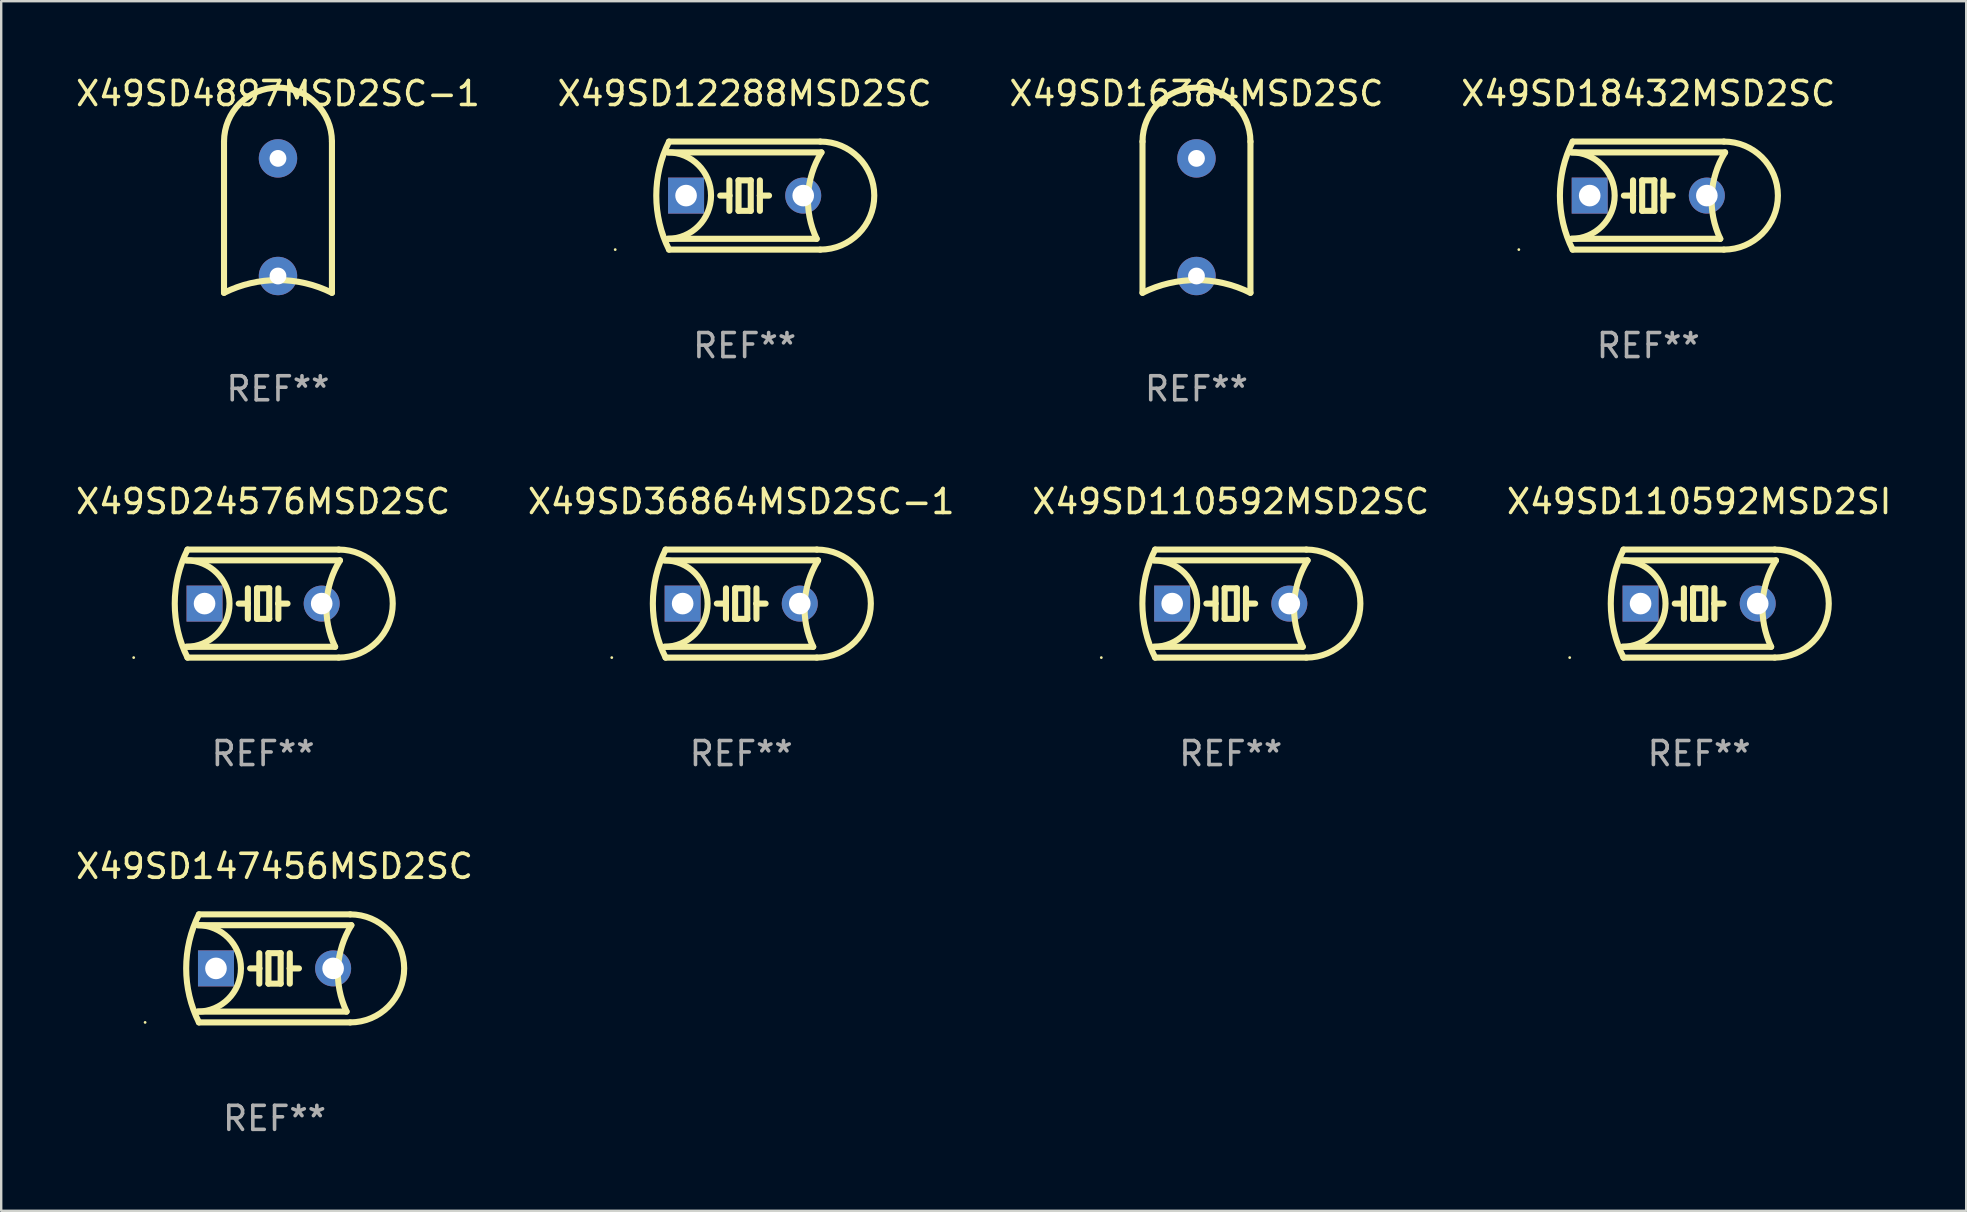
<source format=kicad_pcb>
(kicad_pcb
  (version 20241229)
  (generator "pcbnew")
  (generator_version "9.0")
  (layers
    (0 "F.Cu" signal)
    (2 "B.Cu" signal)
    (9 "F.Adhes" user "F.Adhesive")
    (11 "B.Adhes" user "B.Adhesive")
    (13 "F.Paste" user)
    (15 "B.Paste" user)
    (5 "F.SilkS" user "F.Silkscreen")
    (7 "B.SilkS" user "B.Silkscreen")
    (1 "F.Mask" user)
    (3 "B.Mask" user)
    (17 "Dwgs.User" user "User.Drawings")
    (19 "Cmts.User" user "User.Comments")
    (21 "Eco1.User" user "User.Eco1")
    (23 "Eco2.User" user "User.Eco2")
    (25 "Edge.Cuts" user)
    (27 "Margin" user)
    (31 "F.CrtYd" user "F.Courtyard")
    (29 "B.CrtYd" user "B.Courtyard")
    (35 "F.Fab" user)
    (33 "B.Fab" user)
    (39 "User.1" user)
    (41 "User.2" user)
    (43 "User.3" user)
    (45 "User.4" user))
  (footprint "X49SD36864MSD2SC-1"
    (layer "F.Cu")
    (at 27.827 22.094)
    (property "Reference" "X49SD36864MSD2SC-1" (at 0 -4.25 0) (layer "F.SilkS") (effects (font (size 1 1) (thickness 0.15))))
    (attr through_hole)
    (fp_line (start -3.2 -1.8) (end 3.2 -1.8) (stroke (width 0.254) (type solid)) (layer "F.SilkS"))
    (fp_line (start -3.15 2.25) (end 3.15 2.25) (stroke (width 0.254) (type solid)) (layer "F.SilkS"))
    (fp_line (start -0.635 -0.635) (end -0.635 0) (stroke (width 0.254) (type solid)) (layer "F.SilkS"))
    (fp_line (start -0.635 0) (end -1.016 0) (stroke (width 0.254) (type solid)) (layer "F.SilkS"))
    (fp_line (start -0.635 0) (end -0.635 0.635) (stroke (width 0.254) (type solid)) (layer "F.SilkS"))
    (fp_line (start -0.254 -0.635) (end -0.254 0.635) (stroke (width 0.254) (type solid)) (layer "F.SilkS"))
    (fp_line (start -0.254 0.635) (end 0.254 0.635) (stroke (width 0.254) (type solid)) (layer "F.SilkS"))
    (fp_line (start 0.254 -0.635) (end -0.254 -0.635) (stroke (width 0.254) (type solid)) (layer "F.SilkS"))
    (fp_line (start 0.254 0.635) (end 0.254 -0.635) (stroke (width 0.254) (type solid)) (layer "F.SilkS"))
    (fp_line (start 0.635 -0.635) (end 0.635 0) (stroke (width 0.254) (type solid)) (layer "F.SilkS"))
    (fp_line (start 0.635 0) (end 0.635 0.635) (stroke (width 0.254) (type solid)) (layer "F.SilkS"))
    (fp_line (start 0.635 0) (end 1.016 0) (stroke (width 0.254) (type solid)) (layer "F.SilkS"))
    (fp_line (start 3 1.8) (end -3.2 1.8) (stroke (width 0.254) (type solid)) (layer "F.SilkS"))
    (fp_line (start 3.15 -2.25) (end -3.15 -2.25) (stroke (width 0.254) (type solid)) (layer "F.SilkS"))
    (fp_arc (start -3.200406 -1.800864) (mid -1.399974 -0.000635) (end -3.2 1.8) (stroke (width 0.254001) (type solid)) (layer "F.SilkS"))
    (fp_arc (start -3.149606 2.250444) (mid -3.680941 0.000261) (end -3.149987 -2.250013) (stroke (width 0.254001) (type solid)) (layer "F.SilkS"))
    (fp_arc (start 2.999746 1.800863) (mid 2.642982 -0.024977) (end 3.2 -1.8) (stroke (width 0.254001) (type solid)) (layer "F.SilkS"))
    (fp_arc (start 3.149607 -2.250445) (mid 5.399848 -0.000406) (end 3.149987 2.250013) (stroke (width 0.254001) (type solid)) (layer "F.SilkS"))
    (fp_circle (center -5.392 2.25) (end -5.362 2.25) (stroke (width 0.06) (type solid)) (fill no) (layer "F.SilkS"))
    (fp_text user "REF**" (at 0 6.25 0) (layer "F.Fab") (effects (font (size 1 1) (thickness 0.15))))
    (pad "1" thru_hole rect (at -2.44 0) (size 1.5 1.5) (drill 0.9) (layers "*.Cu" "*.Mask"))
    (pad "2" thru_hole circle (at 2.44 0) (size 1.5 1.5) (drill 0.9) (layers "*.Cu" "*.Mask")))
  (footprint "X49SD147456MSD2SC"
    (layer "F.Cu")
    (at 8.387 37.291)
    (property "Reference" "X49SD147456MSD2SC" (at 0 -4.25 0) (layer "F.SilkS") (effects (font (size 1 1) (thickness 0.15))))
    (attr through_hole)
    (fp_line (start -3.2 -1.8) (end 3.2 -1.8) (stroke (width 0.254) (type solid)) (layer "F.SilkS"))
    (fp_line (start -3.15 2.25) (end 3.15 2.25) (stroke (width 0.254) (type solid)) (layer "F.SilkS"))
    (fp_line (start -0.635 -0.635) (end -0.635 0) (stroke (width 0.254) (type solid)) (layer "F.SilkS"))
    (fp_line (start -0.635 0) (end -1.016 0) (stroke (width 0.254) (type solid)) (layer "F.SilkS"))
    (fp_line (start -0.635 0) (end -0.635 0.635) (stroke (width 0.254) (type solid)) (layer "F.SilkS"))
    (fp_line (start -0.254 -0.635) (end -0.254 0.635) (stroke (width 0.254) (type solid)) (layer "F.SilkS"))
    (fp_line (start -0.254 0.635) (end 0.254 0.635) (stroke (width 0.254) (type solid)) (layer "F.SilkS"))
    (fp_line (start 0.254 -0.635) (end -0.254 -0.635) (stroke (width 0.254) (type solid)) (layer "F.SilkS"))
    (fp_line (start 0.254 0.635) (end 0.254 -0.635) (stroke (width 0.254) (type solid)) (layer "F.SilkS"))
    (fp_line (start 0.635 -0.635) (end 0.635 0) (stroke (width 0.254) (type solid)) (layer "F.SilkS"))
    (fp_line (start 0.635 0) (end 0.635 0.635) (stroke (width 0.254) (type solid)) (layer "F.SilkS"))
    (fp_line (start 0.635 0) (end 1.016 0) (stroke (width 0.254) (type solid)) (layer "F.SilkS"))
    (fp_line (start 3 1.8) (end -3.2 1.8) (stroke (width 0.254) (type solid)) (layer "F.SilkS"))
    (fp_line (start 3.15 -2.25) (end -3.15 -2.25) (stroke (width 0.254) (type solid)) (layer "F.SilkS"))
    (fp_arc (start -3.200406 -1.800864) (mid -1.399974 -0.000635) (end -3.2 1.8) (stroke (width 0.254001) (type solid)) (layer "F.SilkS"))
    (fp_arc (start -3.149606 2.250444) (mid -3.680941 0.000261) (end -3.149987 -2.250013) (stroke (width 0.254001) (type solid)) (layer "F.SilkS"))
    (fp_arc (start 2.999746 1.800863) (mid 2.642982 -0.024977) (end 3.2 -1.8) (stroke (width 0.254001) (type solid)) (layer "F.SilkS"))
    (fp_arc (start 3.149607 -2.250445) (mid 5.399848 -0.000406) (end 3.149987 2.250013) (stroke (width 0.254001) (type solid)) (layer "F.SilkS"))
    (fp_circle (center -5.392 2.25) (end -5.362 2.25) (stroke (width 0.06) (type solid)) (fill no) (layer "F.SilkS"))
    (fp_text user "REF**" (at 0 6.25 0) (layer "F.Fab") (effects (font (size 1 1) (thickness 0.15))))
    (pad "1" thru_hole rect (at -2.44 0) (size 1.5 1.5) (drill 0.9) (layers "*.Cu" "*.Mask"))
    (pad "2" thru_hole circle (at 2.44 0) (size 1.5 1.5) (drill 0.9) (layers "*.Cu" "*.Mask")))
  (footprint "X49SD12288MSD2SC"
    (layer "F.Cu")
    (at 27.97 5.098)
    (property "Reference" "X49SD12288MSD2SC" (at 0 -4.25 0) (layer "F.SilkS") (effects (font (size 1 1) (thickness 0.15))))
    (attr through_hole)
    (fp_line (start -3.2 -1.8) (end 3.2 -1.8) (stroke (width 0.254) (type solid)) (layer "F.SilkS"))
    (fp_line (start -3.15 2.25) (end 3.15 2.25) (stroke (width 0.254) (type solid)) (layer "F.SilkS"))
    (fp_line (start -0.635 -0.635) (end -0.635 0) (stroke (width 0.254) (type solid)) (layer "F.SilkS"))
    (fp_line (start -0.635 0) (end -1.016 0) (stroke (width 0.254) (type solid)) (layer "F.SilkS"))
    (fp_line (start -0.635 0) (end -0.635 0.635) (stroke (width 0.254) (type solid)) (layer "F.SilkS"))
    (fp_line (start -0.254 -0.635) (end -0.254 0.635) (stroke (width 0.254) (type solid)) (layer "F.SilkS"))
    (fp_line (start -0.254 0.635) (end 0.254 0.635) (stroke (width 0.254) (type solid)) (layer "F.SilkS"))
    (fp_line (start 0.254 -0.635) (end -0.254 -0.635) (stroke (width 0.254) (type solid)) (layer "F.SilkS"))
    (fp_line (start 0.254 0.635) (end 0.254 -0.635) (stroke (width 0.254) (type solid)) (layer "F.SilkS"))
    (fp_line (start 0.635 -0.635) (end 0.635 0) (stroke (width 0.254) (type solid)) (layer "F.SilkS"))
    (fp_line (start 0.635 0) (end 0.635 0.635) (stroke (width 0.254) (type solid)) (layer "F.SilkS"))
    (fp_line (start 0.635 0) (end 1.016 0) (stroke (width 0.254) (type solid)) (layer "F.SilkS"))
    (fp_line (start 3 1.8) (end -3.2 1.8) (stroke (width 0.254) (type solid)) (layer "F.SilkS"))
    (fp_line (start 3.15 -2.25) (end -3.15 -2.25) (stroke (width 0.254) (type solid)) (layer "F.SilkS"))
    (fp_arc (start -3.200406 -1.800864) (mid -1.399974 -0.000635) (end -3.2 1.8) (stroke (width 0.254001) (type solid)) (layer "F.SilkS"))
    (fp_arc (start -3.149606 2.250444) (mid -3.680941 0.000261) (end -3.149987 -2.250013) (stroke (width 0.254001) (type solid)) (layer "F.SilkS"))
    (fp_arc (start 2.999746 1.800863) (mid 2.642982 -0.024977) (end 3.2 -1.8) (stroke (width 0.254001) (type solid)) (layer "F.SilkS"))
    (fp_arc (start 3.149607 -2.250445) (mid 5.399848 -0.000406) (end 3.149987 2.250013) (stroke (width 0.254001) (type solid)) (layer "F.SilkS"))
    (fp_circle (center -5.392 2.25) (end -5.362 2.25) (stroke (width 0.06) (type solid)) (fill no) (layer "F.SilkS"))
    (fp_text user "REF**" (at 0 6.25 0) (layer "F.Fab") (effects (font (size 1 1) (thickness 0.15))))
    (pad "1" thru_hole rect (at -2.44 0) (size 1.5 1.5) (drill 0.9) (layers "*.Cu" "*.Mask"))
    (pad "2" thru_hole circle (at 2.44 0) (size 1.5 1.5) (drill 0.9) (layers "*.Cu" "*.Mask")))
  (footprint "X49SD16384MSD2SC"
    (layer "F.Cu")
    (at 46.792 5.998)
    (property "Reference" "X49SD16384MSD2SC" (at 0 -5.15 0) (layer "F.SilkS") (effects (font (size 1 1) (thickness 0.15))))
    (attr through_hole)
    (fp_line (start -2.248 3.15) (end -2.248 -3.15) (stroke (width 0.254) (type solid)) (layer "F.SilkS"))
    (fp_line (start 2.248 3.15) (end 2.248 -3.15) (stroke (width 0.254) (type solid)) (layer "F.SilkS"))
    (fp_arc (start -2.247904 -3.149606) (mid 0 -5.39751) (end 2.247904 -3.149606) (stroke (width 0.254001) (type solid)) (layer "F.SilkS"))
    (fp_arc (start -2.247904 3.149606) (mid 0 2.618948) (end 2.247905 3.149606) (stroke (width 0.254001) (type solid)) (layer "F.SilkS"))
    (fp_circle (center -2.375 -5.398) (end -2.345 -5.398) (stroke (width 0.06) (type solid)) (fill no) (layer "F.SilkS"))
    (fp_text user "REF**" (at 0 7.15 0) (layer "F.Fab") (effects (font (size 1 1) (thickness 0.15))))
    (pad "1" thru_hole circle (at 0 -2.45) (size 1.6 1.6) (drill 0.7) (layers "*.Cu" "*.Mask"))
    (pad "2" thru_hole circle (at 0 2.45) (size 1.6 1.6) (drill 0.7) (layers "*.Cu" "*.Mask")))
  (footprint "X49SD4897MSD2SC-1"
    (layer "F.Cu")
    (at 8.53 5.998)
    (property "Reference" "X49SD4897MSD2SC-1" (at 0 -5.15 0) (layer "F.SilkS") (effects (font (size 1 1) (thickness 0.15))))
    (attr through_hole)
    (fp_line (start -2.248 3.15) (end -2.248 -3.15) (stroke (width 0.254) (type solid)) (layer "F.SilkS"))
    (fp_line (start 2.248 3.15) (end 2.248 -3.15) (stroke (width 0.254) (type solid)) (layer "F.SilkS"))
    (fp_arc (start -2.247904 -3.149606) (mid 0 -5.39751) (end 2.247904 -3.149606) (stroke (width 0.254001) (type solid)) (layer "F.SilkS"))
    (fp_arc (start -2.247904 3.149606) (mid 0 2.618948) (end 2.247905 3.149606) (stroke (width 0.254001) (type solid)) (layer "F.SilkS"))
    (fp_circle (center -2.375 -5.398) (end -2.345 -5.398) (stroke (width 0.06) (type solid)) (fill no) (layer "F.SilkS"))
    (fp_text user "REF**" (at 0 7.15 0) (layer "F.Fab") (effects (font (size 1 1) (thickness 0.15))))
    (pad "1" thru_hole circle (at 0 -2.45) (size 1.6 1.6) (drill 0.7) (layers "*.Cu" "*.Mask"))
    (pad "2" thru_hole circle (at 0 2.45) (size 1.6 1.6) (drill 0.7) (layers "*.Cu" "*.Mask")))
  (footprint "X49SD110592MSD2SI"
    (layer "F.Cu")
    (at 67.732 22.094)
    (property "Reference" "X49SD110592MSD2SI" (at 0 -4.25 0) (layer "F.SilkS") (effects (font (size 1 1) (thickness 0.15))))
    (attr through_hole)
    (fp_line (start -3.2 -1.8) (end 3.2 -1.8) (stroke (width 0.254) (type solid)) (layer "F.SilkS"))
    (fp_line (start -3.15 2.25) (end 3.15 2.25) (stroke (width 0.254) (type solid)) (layer "F.SilkS"))
    (fp_line (start -0.635 -0.635) (end -0.635 0) (stroke (width 0.254) (type solid)) (layer "F.SilkS"))
    (fp_line (start -0.635 0) (end -1.016 0) (stroke (width 0.254) (type solid)) (layer "F.SilkS"))
    (fp_line (start -0.635 0) (end -0.635 0.635) (stroke (width 0.254) (type solid)) (layer "F.SilkS"))
    (fp_line (start -0.254 -0.635) (end -0.254 0.635) (stroke (width 0.254) (type solid)) (layer "F.SilkS"))
    (fp_line (start -0.254 0.635) (end 0.254 0.635) (stroke (width 0.254) (type solid)) (layer "F.SilkS"))
    (fp_line (start 0.254 -0.635) (end -0.254 -0.635) (stroke (width 0.254) (type solid)) (layer "F.SilkS"))
    (fp_line (start 0.254 0.635) (end 0.254 -0.635) (stroke (width 0.254) (type solid)) (layer "F.SilkS"))
    (fp_line (start 0.635 -0.635) (end 0.635 0) (stroke (width 0.254) (type solid)) (layer "F.SilkS"))
    (fp_line (start 0.635 0) (end 0.635 0.635) (stroke (width 0.254) (type solid)) (layer "F.SilkS"))
    (fp_line (start 0.635 0) (end 1.016 0) (stroke (width 0.254) (type solid)) (layer "F.SilkS"))
    (fp_line (start 3 1.8) (end -3.2 1.8) (stroke (width 0.254) (type solid)) (layer "F.SilkS"))
    (fp_line (start 3.15 -2.25) (end -3.15 -2.25) (stroke (width 0.254) (type solid)) (layer "F.SilkS"))
    (fp_arc (start -3.200406 -1.800864) (mid -1.399974 -0.000635) (end -3.2 1.8) (stroke (width 0.254001) (type solid)) (layer "F.SilkS"))
    (fp_arc (start -3.149606 2.250444) (mid -3.680941 0.000261) (end -3.149987 -2.250013) (stroke (width 0.254001) (type solid)) (layer "F.SilkS"))
    (fp_arc (start 2.999746 1.800863) (mid 2.642982 -0.024977) (end 3.2 -1.8) (stroke (width 0.254001) (type solid)) (layer "F.SilkS"))
    (fp_arc (start 3.149607 -2.250445) (mid 5.399848 -0.000406) (end 3.149987 2.250013) (stroke (width 0.254001) (type solid)) (layer "F.SilkS"))
    (fp_circle (center -5.392 2.25) (end -5.362 2.25) (stroke (width 0.06) (type solid)) (fill no) (layer "F.SilkS"))
    (fp_text user "REF**" (at 0 6.25 0) (layer "F.Fab") (effects (font (size 1 1) (thickness 0.15))))
    (pad "1" thru_hole rect (at -2.44 0) (size 1.5 1.5) (drill 0.9) (layers "*.Cu" "*.Mask"))
    (pad "2" thru_hole circle (at 2.44 0) (size 1.5 1.5) (drill 0.9) (layers "*.Cu" "*.Mask")))
  (footprint "X49SD18432MSD2SC"
    (layer "F.Cu")
    (at 65.613 5.098)
    (property "Reference" "X49SD18432MSD2SC" (at 0 -4.25 0) (layer "F.SilkS") (effects (font (size 1 1) (thickness 0.15))))
    (attr through_hole)
    (fp_line (start -3.2 -1.8) (end 3.2 -1.8) (stroke (width 0.254) (type solid)) (layer "F.SilkS"))
    (fp_line (start -3.15 2.25) (end 3.15 2.25) (stroke (width 0.254) (type solid)) (layer "F.SilkS"))
    (fp_line (start -0.635 -0.635) (end -0.635 0) (stroke (width 0.254) (type solid)) (layer "F.SilkS"))
    (fp_line (start -0.635 0) (end -1.016 0) (stroke (width 0.254) (type solid)) (layer "F.SilkS"))
    (fp_line (start -0.635 0) (end -0.635 0.635) (stroke (width 0.254) (type solid)) (layer "F.SilkS"))
    (fp_line (start -0.254 -0.635) (end -0.254 0.635) (stroke (width 0.254) (type solid)) (layer "F.SilkS"))
    (fp_line (start -0.254 0.635) (end 0.254 0.635) (stroke (width 0.254) (type solid)) (layer "F.SilkS"))
    (fp_line (start 0.254 -0.635) (end -0.254 -0.635) (stroke (width 0.254) (type solid)) (layer "F.SilkS"))
    (fp_line (start 0.254 0.635) (end 0.254 -0.635) (stroke (width 0.254) (type solid)) (layer "F.SilkS"))
    (fp_line (start 0.635 -0.635) (end 0.635 0) (stroke (width 0.254) (type solid)) (layer "F.SilkS"))
    (fp_line (start 0.635 0) (end 0.635 0.635) (stroke (width 0.254) (type solid)) (layer "F.SilkS"))
    (fp_line (start 0.635 0) (end 1.016 0) (stroke (width 0.254) (type solid)) (layer "F.SilkS"))
    (fp_line (start 3 1.8) (end -3.2 1.8) (stroke (width 0.254) (type solid)) (layer "F.SilkS"))
    (fp_line (start 3.15 -2.25) (end -3.15 -2.25) (stroke (width 0.254) (type solid)) (layer "F.SilkS"))
    (fp_arc (start -3.200406 -1.800864) (mid -1.399974 -0.000635) (end -3.2 1.8) (stroke (width 0.254001) (type solid)) (layer "F.SilkS"))
    (fp_arc (start -3.149606 2.250444) (mid -3.680941 0.000261) (end -3.149987 -2.250013) (stroke (width 0.254001) (type solid)) (layer "F.SilkS"))
    (fp_arc (start 2.999746 1.800863) (mid 2.642982 -0.024977) (end 3.2 -1.8) (stroke (width 0.254001) (type solid)) (layer "F.SilkS"))
    (fp_arc (start 3.149607 -2.250445) (mid 5.399848 -0.000406) (end 3.149987 2.250013) (stroke (width 0.254001) (type solid)) (layer "F.SilkS"))
    (fp_circle (center -5.392 2.25) (end -5.362 2.25) (stroke (width 0.06) (type solid)) (fill no) (layer "F.SilkS"))
    (fp_text user "REF**" (at 0 6.25 0) (layer "F.Fab") (effects (font (size 1 1) (thickness 0.15))))
    (pad "1" thru_hole rect (at -2.44 0) (size 1.5 1.5) (drill 0.9) (layers "*.Cu" "*.Mask"))
    (pad "2" thru_hole circle (at 2.44 0) (size 1.5 1.5) (drill 0.9) (layers "*.Cu" "*.Mask")))
  (footprint "X49SD110592MSD2SC"
    (layer "F.Cu")
    (at 48.22 22.094)
    (property "Reference" "X49SD110592MSD2SC" (at 0 -4.25 0) (layer "F.SilkS") (effects (font (size 1 1) (thickness 0.15))))
    (attr through_hole)
    (fp_line (start -3.2 -1.8) (end 3.2 -1.8) (stroke (width 0.254) (type solid)) (layer "F.SilkS"))
    (fp_line (start -3.15 2.25) (end 3.15 2.25) (stroke (width 0.254) (type solid)) (layer "F.SilkS"))
    (fp_line (start -0.635 -0.635) (end -0.635 0) (stroke (width 0.254) (type solid)) (layer "F.SilkS"))
    (fp_line (start -0.635 0) (end -1.016 0) (stroke (width 0.254) (type solid)) (layer "F.SilkS"))
    (fp_line (start -0.635 0) (end -0.635 0.635) (stroke (width 0.254) (type solid)) (layer "F.SilkS"))
    (fp_line (start -0.254 -0.635) (end -0.254 0.635) (stroke (width 0.254) (type solid)) (layer "F.SilkS"))
    (fp_line (start -0.254 0.635) (end 0.254 0.635) (stroke (width 0.254) (type solid)) (layer "F.SilkS"))
    (fp_line (start 0.254 -0.635) (end -0.254 -0.635) (stroke (width 0.254) (type solid)) (layer "F.SilkS"))
    (fp_line (start 0.254 0.635) (end 0.254 -0.635) (stroke (width 0.254) (type solid)) (layer "F.SilkS"))
    (fp_line (start 0.635 -0.635) (end 0.635 0) (stroke (width 0.254) (type solid)) (layer "F.SilkS"))
    (fp_line (start 0.635 0) (end 0.635 0.635) (stroke (width 0.254) (type solid)) (layer "F.SilkS"))
    (fp_line (start 0.635 0) (end 1.016 0) (stroke (width 0.254) (type solid)) (layer "F.SilkS"))
    (fp_line (start 3 1.8) (end -3.2 1.8) (stroke (width 0.254) (type solid)) (layer "F.SilkS"))
    (fp_line (start 3.15 -2.25) (end -3.15 -2.25) (stroke (width 0.254) (type solid)) (layer "F.SilkS"))
    (fp_arc (start -3.200406 -1.800864) (mid -1.399974 -0.000635) (end -3.2 1.8) (stroke (width 0.254001) (type solid)) (layer "F.SilkS"))
    (fp_arc (start -3.149606 2.250444) (mid -3.680941 0.000261) (end -3.149987 -2.250013) (stroke (width 0.254001) (type solid)) (layer "F.SilkS"))
    (fp_arc (start 2.999746 1.800863) (mid 2.642982 -0.024977) (end 3.2 -1.8) (stroke (width 0.254001) (type solid)) (layer "F.SilkS"))
    (fp_arc (start 3.149607 -2.250445) (mid 5.399848 -0.000406) (end 3.149987 2.250013) (stroke (width 0.254001) (type solid)) (layer "F.SilkS"))
    (fp_circle (center -5.392 2.25) (end -5.362 2.25) (stroke (width 0.06) (type solid)) (fill no) (layer "F.SilkS"))
    (fp_text user "REF**" (at 0 6.25 0) (layer "F.Fab") (effects (font (size 1 1) (thickness 0.15))))
    (pad "1" thru_hole rect (at -2.44 0) (size 1.5 1.5) (drill 0.9) (layers "*.Cu" "*.Mask"))
    (pad "2" thru_hole circle (at 2.44 0) (size 1.5 1.5) (drill 0.9) (layers "*.Cu" "*.Mask")))
  (footprint "X49SD24576MSD2SC"
    (layer "F.Cu")
    (at 7.911 22.094)
    (property "Reference" "X49SD24576MSD2SC" (at 0 -4.25 0) (layer "F.SilkS") (effects (font (size 1 1) (thickness 0.15))))
    (attr through_hole)
    (fp_line (start -3.2 -1.8) (end 3.2 -1.8) (stroke (width 0.254) (type solid)) (layer "F.SilkS"))
    (fp_line (start -3.15 2.25) (end 3.15 2.25) (stroke (width 0.254) (type solid)) (layer "F.SilkS"))
    (fp_line (start -0.635 -0.635) (end -0.635 0) (stroke (width 0.254) (type solid)) (layer "F.SilkS"))
    (fp_line (start -0.635 0) (end -1.016 0) (stroke (width 0.254) (type solid)) (layer "F.SilkS"))
    (fp_line (start -0.635 0) (end -0.635 0.635) (stroke (width 0.254) (type solid)) (layer "F.SilkS"))
    (fp_line (start -0.254 -0.635) (end -0.254 0.635) (stroke (width 0.254) (type solid)) (layer "F.SilkS"))
    (fp_line (start -0.254 0.635) (end 0.254 0.635) (stroke (width 0.254) (type solid)) (layer "F.SilkS"))
    (fp_line (start 0.254 -0.635) (end -0.254 -0.635) (stroke (width 0.254) (type solid)) (layer "F.SilkS"))
    (fp_line (start 0.254 0.635) (end 0.254 -0.635) (stroke (width 0.254) (type solid)) (layer "F.SilkS"))
    (fp_line (start 0.635 -0.635) (end 0.635 0) (stroke (width 0.254) (type solid)) (layer "F.SilkS"))
    (fp_line (start 0.635 0) (end 0.635 0.635) (stroke (width 0.254) (type solid)) (layer "F.SilkS"))
    (fp_line (start 0.635 0) (end 1.016 0) (stroke (width 0.254) (type solid)) (layer "F.SilkS"))
    (fp_line (start 3 1.8) (end -3.2 1.8) (stroke (width 0.254) (type solid)) (layer "F.SilkS"))
    (fp_line (start 3.15 -2.25) (end -3.15 -2.25) (stroke (width 0.254) (type solid)) (layer "F.SilkS"))
    (fp_arc (start -3.200406 -1.800864) (mid -1.399974 -0.000635) (end -3.2 1.8) (stroke (width 0.254001) (type solid)) (layer "F.SilkS"))
    (fp_arc (start -3.149606 2.250444) (mid -3.680941 0.000261) (end -3.149987 -2.250013) (stroke (width 0.254001) (type solid)) (layer "F.SilkS"))
    (fp_arc (start 2.999746 1.800863) (mid 2.642982 -0.024977) (end 3.2 -1.8) (stroke (width 0.254001) (type solid)) (layer "F.SilkS"))
    (fp_arc (start 3.149607 -2.250445) (mid 5.399848 -0.000406) (end 3.149987 2.250013) (stroke (width 0.254001) (type solid)) (layer "F.SilkS"))
    (fp_circle (center -5.392 2.25) (end -5.362 2.25) (stroke (width 0.06) (type solid)) (fill no) (layer "F.SilkS"))
    (fp_text user "REF**" (at 0 6.25 0) (layer "F.Fab") (effects (font (size 1 1) (thickness 0.15))))
    (pad "1" thru_hole rect (at -2.44 0) (size 1.5 1.5) (drill 0.9) (layers "*.Cu" "*.Mask"))
    (pad "2" thru_hole circle (at 2.44 0) (size 1.5 1.5) (drill 0.9) (layers "*.Cu" "*.Mask")))
  (gr_rect
    (start -3 -3)
    (end 78.857 47.389)
    (stroke (width 0.1) (type default))
    (fill no)
    (layer "Edge.Cuts")))
</source>
